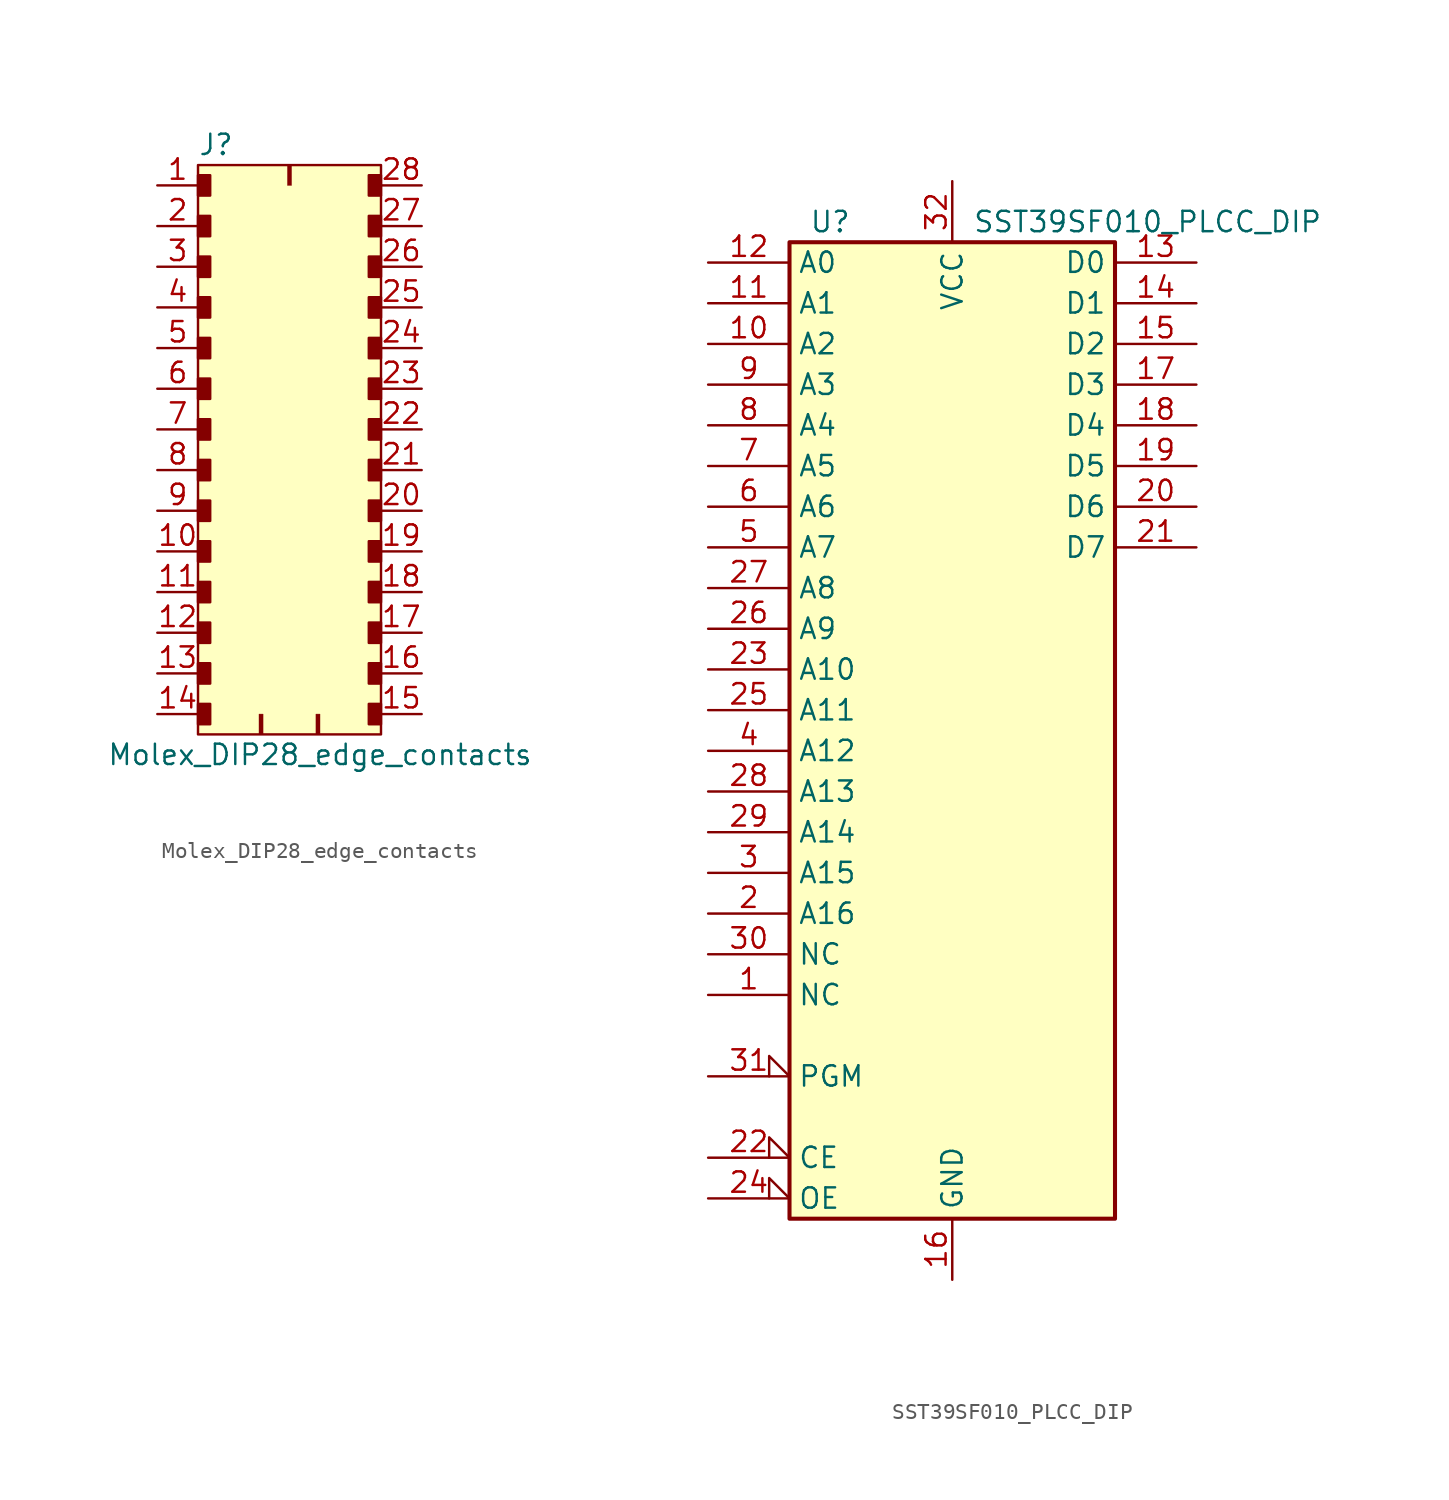
<source format=kicad_sym>
(kicad_symbol_lib
  (version 20211014)
  (generator kicad_symbol_editor)
  (symbol "Molex_DIP28_edge_contacts"
    (pin_names
      (offset 1.016))
    (property "Reference" "J"
      (at -7.62 19.05 0)
      (effects (font (size 1.27 1.27)) (justify left)))
    (property "Value" "Molex_DIP28_edge_contacts"
      (at 0 -19.05 0)
      (effects (font (size 1.27 1.27))))
    (symbol "Molex_DIP28_edge_contacts_0_1"
      (rectangle (start -3.81 -17.78) (end -3.556 -16.51) (stroke (width 0.025) (type default) (color 0 0 0 0)) (fill (type outline)))
      (rectangle (start -2.032 17.78) (end -1.778 16.51) (stroke (width 0.025) (type default) (color 0 0 0 0)) (fill (type outline)))
      (rectangle (start 0 -17.78) (end -0.254 -16.51) (stroke (width 0.025) (type default) (color 0 0 0 0)) (fill (type outline))))
    (symbol "Molex_DIP28_edge_contacts_1_1"
      (rectangle (start -7.62 -15.875) (end -6.858 -17.145) (stroke (width 0) (type default) (color 0 0 0 0)) (fill (type outline)))
      (rectangle (start -7.62 -13.335) (end -6.858 -14.605) (stroke (width 0) (type default) (color 0 0 0 0)) (fill (type outline)))
      (rectangle (start -7.62 -10.795) (end -6.858 -12.065) (stroke (width 0) (type default) (color 0 0 0 0)) (fill (type outline)))
      (rectangle (start -7.62 -8.255) (end -6.858 -9.525) (stroke (width 0) (type default) (color 0 0 0 0)) (fill (type outline)))
      (rectangle (start -7.62 -5.715) (end -6.858 -6.985) (stroke (width 0) (type default) (color 0 0 0 0)) (fill (type outline)))
      (rectangle (start -7.62 -3.175) (end -6.858 -4.445) (stroke (width 0) (type default) (color 0 0 0 0)) (fill (type outline)))
      (rectangle (start -7.62 -0.635) (end -6.858 -1.905) (stroke (width 0) (type default) (color 0 0 0 0)) (fill (type outline)))
      (rectangle (start -7.62 1.905) (end -6.858 0.635) (stroke (width 0) (type default) (color 0 0 0 0)) (fill (type outline)))
      (rectangle (start -7.62 4.445) (end -6.858 3.175) (stroke (width 0) (type default) (color 0 0 0 0)) (fill (type outline)))
      (rectangle (start -7.62 6.985) (end -6.858 5.715) (stroke (width 0) (type default) (color 0 0 0 0)) (fill (type outline)))
      (rectangle (start -7.62 9.525) (end -6.858 8.255) (stroke (width 0) (type default) (color 0 0 0 0)) (fill (type outline)))
      (rectangle (start -7.62 12.065) (end -6.858 10.795) (stroke (width 0) (type default) (color 0 0 0 0)) (fill (type outline)))
      (rectangle (start -7.62 14.605) (end -6.858 13.335) (stroke (width 0) (type default) (color 0 0 0 0)) (fill (type outline)))
      (rectangle (start -7.62 17.145) (end -6.858 15.875) (stroke (width 0) (type default) (color 0 0 0 0)) (fill (type outline)))
      (rectangle (start -7.62 17.78) (end 3.81 -17.78) (stroke (width 0) (type default) (color 0 0 0 0)) (fill (type background)))
      (rectangle (start 3.048 -15.875) (end 3.81 -17.145) (stroke (width 0) (type default) (color 0 0 0 0)) (fill (type outline)))
      (rectangle (start 3.048 -13.335) (end 3.81 -14.605) (stroke (width 0) (type default) (color 0 0 0 0)) (fill (type outline)))
      (rectangle (start 3.048 -10.795) (end 3.81 -12.065) (stroke (width 0) (type default) (color 0 0 0 0)) (fill (type outline)))
      (rectangle (start 3.048 -8.255) (end 3.81 -9.525) (stroke (width 0) (type default) (color 0 0 0 0)) (fill (type outline)))
      (rectangle (start 3.048 -5.715) (end 3.81 -6.985) (stroke (width 0) (type default) (color 0 0 0 0)) (fill (type outline)))
      (rectangle (start 3.048 -3.175) (end 3.81 -4.445) (stroke (width 0) (type default) (color 0 0 0 0)) (fill (type outline)))
      (rectangle (start 3.048 -0.635) (end 3.81 -1.905) (stroke (width 0) (type default) (color 0 0 0 0)) (fill (type outline)))
      (rectangle (start 3.048 1.905) (end 3.81 0.635) (stroke (width 0) (type default) (color 0 0 0 0)) (fill (type outline)))
      (rectangle (start 3.048 4.445) (end 3.81 3.175) (stroke (width 0) (type default) (color 0 0 0 0)) (fill (type outline)))
      (rectangle (start 3.048 6.985) (end 3.81 5.715) (stroke (width 0) (type default) (color 0 0 0 0)) (fill (type outline)))
      (rectangle (start 3.048 9.525) (end 3.81 8.255) (stroke (width 0) (type default) (color 0 0 0 0)) (fill (type outline)))
      (rectangle (start 3.048 12.065) (end 3.81 10.795) (stroke (width 0) (type default) (color 0 0 0 0)) (fill (type outline)))
      (rectangle (start 3.048 14.605) (end 3.81 13.335) (stroke (width 0) (type default) (color 0 0 0 0)) (fill (type outline)))
      (rectangle (start 3.048 17.145) (end 3.81 15.875) (stroke (width 0) (type default) (color 0 0 0 0)) (fill (type outline)))
      (pin passive line (at -10.16 16.51 0) (length 2.54) (name "~" (effects (font (size 1.27 1.27)))) (number "1" (effects (font (size 1.27 1.27)))))
      (pin passive line (at -10.16 -6.35 0) (length 2.54) (name "~" (effects (font (size 1.27 1.27)))) (number "10" (effects (font (size 1.27 1.27)))))
      (pin passive line (at -10.16 -8.89 0) (length 2.54) (name "~" (effects (font (size 1.27 1.27)))) (number "11" (effects (font (size 1.27 1.27)))))
      (pin passive line (at -10.16 -11.43 0) (length 2.54) (name "~" (effects (font (size 1.27 1.27)))) (number "12" (effects (font (size 1.27 1.27)))))
      (pin passive line (at -10.16 -13.97 0) (length 2.54) (name "~" (effects (font (size 1.27 1.27)))) (number "13" (effects (font (size 1.27 1.27)))))
      (pin passive line (at -10.16 -16.51 0) (length 2.54) (name "~" (effects (font (size 1.27 1.27)))) (number "14" (effects (font (size 1.27 1.27)))))
      (pin passive line (at 6.35 -16.51 180) (length 2.54) (name "~" (effects (font (size 1.27 1.27)))) (number "15" (effects (font (size 1.27 1.27)))))
      (pin passive line (at 6.35 -13.97 180) (length 2.54) (name "~" (effects (font (size 1.27 1.27)))) (number "16" (effects (font (size 1.27 1.27)))))
      (pin passive line (at 6.35 -11.43 180) (length 2.54) (name "~" (effects (font (size 1.27 1.27)))) (number "17" (effects (font (size 1.27 1.27)))))
      (pin passive line (at 6.35 -8.89 180) (length 2.54) (name "~" (effects (font (size 1.27 1.27)))) (number "18" (effects (font (size 1.27 1.27)))))
      (pin passive line (at 6.35 -6.35 180) (length 2.54) (name "~" (effects (font (size 1.27 1.27)))) (number "19" (effects (font (size 1.27 1.27)))))
      (pin passive line (at -10.16 13.97 0) (length 2.54) (name "~" (effects (font (size 1.27 1.27)))) (number "2" (effects (font (size 1.27 1.27)))))
      (pin passive line (at 6.35 -3.81 180) (length 2.54) (name "~" (effects (font (size 1.27 1.27)))) (number "20" (effects (font (size 1.27 1.27)))))
      (pin passive line (at 6.35 -1.27 180) (length 2.54) (name "~" (effects (font (size 1.27 1.27)))) (number "21" (effects (font (size 1.27 1.27)))))
      (pin passive line (at 6.35 1.27 180) (length 2.54) (name "~" (effects (font (size 1.27 1.27)))) (number "22" (effects (font (size 1.27 1.27)))))
      (pin passive line (at 6.35 3.81 180) (length 2.54) (name "~" (effects (font (size 1.27 1.27)))) (number "23" (effects (font (size 1.27 1.27)))))
      (pin passive line (at 6.35 6.35 180) (length 2.54) (name "~" (effects (font (size 1.27 1.27)))) (number "24" (effects (font (size 1.27 1.27)))))
      (pin passive line (at 6.35 8.89 180) (length 2.54) (name "~" (effects (font (size 1.27 1.27)))) (number "25" (effects (font (size 1.27 1.27)))))
      (pin passive line (at 6.35 11.43 180) (length 2.54) (name "~" (effects (font (size 1.27 1.27)))) (number "26" (effects (font (size 1.27 1.27)))))
      (pin passive line (at 6.35 13.97 180) (length 2.54) (name "~" (effects (font (size 1.27 1.27)))) (number "27" (effects (font (size 1.27 1.27)))))
      (pin passive line (at 6.35 16.51 180) (length 2.54) (name "~" (effects (font (size 1.27 1.27)))) (number "28" (effects (font (size 1.27 1.27)))))
      (pin passive line (at -10.16 11.43 0) (length 2.54) (name "~" (effects (font (size 1.27 1.27)))) (number "3" (effects (font (size 1.27 1.27)))))
      (pin passive line (at -10.16 8.89 0) (length 2.54) (name "~" (effects (font (size 1.27 1.27)))) (number "4" (effects (font (size 1.27 1.27)))))
      (pin passive line (at -10.16 6.35 0) (length 2.54) (name "~" (effects (font (size 1.27 1.27)))) (number "5" (effects (font (size 1.27 1.27)))))
      (pin passive line (at -10.16 3.81 0) (length 2.54) (name "~" (effects (font (size 1.27 1.27)))) (number "6" (effects (font (size 1.27 1.27)))))
      (pin passive line (at -10.16 1.27 0) (length 2.54) (name "~" (effects (font (size 1.27 1.27)))) (number "7" (effects (font (size 1.27 1.27)))))
      (pin passive line (at -10.16 -1.27 0) (length 2.54) (name "~" (effects (font (size 1.27 1.27)))) (number "8" (effects (font (size 1.27 1.27)))))
      (pin passive line (at -10.16 -3.81 0) (length 2.54) (name "~" (effects (font (size 1.27 1.27)))) (number "9" (effects (font (size 1.27 1.27)))))))
  (symbol "SST39SF010_PLCC_DIP"
    (property "Reference" "U"
      (at -7.62 33.02 0)
      (effects (font (size 1.27 1.27))))
    (property "Value" "SST39SF010_PLCC_DIP"
      (at 1.27 33.02 0)
      (effects (font (size 1.27 1.27)) (justify left)))
    (symbol "SST39SF010_PLCC_DIP_0_0"
      (pin power_in line (at 0 -33.02 90) (length 3.81) (name "GND" (effects (font (size 1.27 1.27)))) (number "16" (effects (font (size 1.27 1.27)))))
      (pin power_in line (at 0 35.56 270) (length 3.81) (name "VCC" (effects (font (size 1.27 1.27)))) (number "32" (effects (font (size 1.27 1.27))))))
    (symbol "SST39SF010_PLCC_DIP_0_1"
      (rectangle (start -10.16 31.75) (end 10.16 -29.21) (stroke (width 0.254) (type default) (color 0 0 0 0)) (fill (type background))))
    (symbol "SST39SF010_PLCC_DIP_1_1"
      (pin input line (at -15.24 -15.24 0) (length 5.08) (name "NC" (effects (font (size 1.27 1.27)))) (number "1" (effects (font (size 1.27 1.27)))))
      (pin input line (at -15.24 25.4 0) (length 5.08) (name "A2" (effects (font (size 1.27 1.27)))) (number "10" (effects (font (size 1.27 1.27)))))
      (pin input line (at -15.24 27.94 0) (length 5.08) (name "A1" (effects (font (size 1.27 1.27)))) (number "11" (effects (font (size 1.27 1.27)))))
      (pin input line (at -15.24 30.48 0) (length 5.08) (name "A0" (effects (font (size 1.27 1.27)))) (number "12" (effects (font (size 1.27 1.27)))))
      (pin tri_state line (at 15.24 30.48 180) (length 5.08) (name "D0" (effects (font (size 1.27 1.27)))) (number "13" (effects (font (size 1.27 1.27)))))
      (pin tri_state line (at 15.24 27.94 180) (length 5.08) (name "D1" (effects (font (size 1.27 1.27)))) (number "14" (effects (font (size 1.27 1.27)))))
      (pin tri_state line (at 15.24 25.4 180) (length 5.08) (name "D2" (effects (font (size 1.27 1.27)))) (number "15" (effects (font (size 1.27 1.27)))))
      (pin tri_state line (at 15.24 22.86 180) (length 5.08) (name "D3" (effects (font (size 1.27 1.27)))) (number "17" (effects (font (size 1.27 1.27)))))
      (pin tri_state line (at 15.24 20.32 180) (length 5.08) (name "D4" (effects (font (size 1.27 1.27)))) (number "18" (effects (font (size 1.27 1.27)))))
      (pin tri_state line (at 15.24 17.78 180) (length 5.08) (name "D5" (effects (font (size 1.27 1.27)))) (number "19" (effects (font (size 1.27 1.27)))))
      (pin input line (at -15.24 -10.16 0) (length 5.08) (name "A16" (effects (font (size 1.27 1.27)))) (number "2" (effects (font (size 1.27 1.27)))))
      (pin tri_state line (at 15.24 15.24 180) (length 5.08) (name "D6" (effects (font (size 1.27 1.27)))) (number "20" (effects (font (size 1.27 1.27)))))
      (pin tri_state line (at 15.24 12.7 180) (length 5.08) (name "D7" (effects (font (size 1.27 1.27)))) (number "21" (effects (font (size 1.27 1.27)))))
      (pin input input_low (at -15.24 -25.4 0) (length 5.08) (name "CE" (effects (font (size 1.27 1.27)))) (number "22" (effects (font (size 1.27 1.27)))))
      (pin input line (at -15.24 5.08 0) (length 5.08) (name "A10" (effects (font (size 1.27 1.27)))) (number "23" (effects (font (size 1.27 1.27)))))
      (pin input input_low (at -15.24 -27.94 0) (length 5.08) (name "OE" (effects (font (size 1.27 1.27)))) (number "24" (effects (font (size 1.27 1.27)))))
      (pin input line (at -15.24 2.54 0) (length 5.08) (name "A11" (effects (font (size 1.27 1.27)))) (number "25" (effects (font (size 1.27 1.27)))))
      (pin input line (at -15.24 7.62 0) (length 5.08) (name "A9" (effects (font (size 1.27 1.27)))) (number "26" (effects (font (size 1.27 1.27)))))
      (pin input line (at -15.24 10.16 0) (length 5.08) (name "A8" (effects (font (size 1.27 1.27)))) (number "27" (effects (font (size 1.27 1.27)))))
      (pin input line (at -15.24 -2.54 0) (length 5.08) (name "A13" (effects (font (size 1.27 1.27)))) (number "28" (effects (font (size 1.27 1.27)))))
      (pin input line (at -15.24 -5.08 0) (length 5.08) (name "A14" (effects (font (size 1.27 1.27)))) (number "29" (effects (font (size 1.27 1.27)))))
      (pin input line (at -15.24 -7.62 0) (length 5.08) (name "A15" (effects (font (size 1.27 1.27)))) (number "3" (effects (font (size 1.27 1.27)))))
      (pin input line (at -15.24 -12.7 0) (length 5.08) (name "NC" (effects (font (size 1.27 1.27)))) (number "30" (effects (font (size 1.27 1.27)))))
      (pin input input_low (at -15.24 -20.32 0) (length 5.08) (name "PGM" (effects (font (size 1.27 1.27)))) (number "31" (effects (font (size 1.27 1.27)))))
      (pin input line (at -15.24 0 0) (length 5.08) (name "A12" (effects (font (size 1.27 1.27)))) (number "4" (effects (font (size 1.27 1.27)))))
      (pin input line (at -15.24 12.7 0) (length 5.08) (name "A7" (effects (font (size 1.27 1.27)))) (number "5" (effects (font (size 1.27 1.27)))))
      (pin input line (at -15.24 15.24 0) (length 5.08) (name "A6" (effects (font (size 1.27 1.27)))) (number "6" (effects (font (size 1.27 1.27)))))
      (pin input line (at -15.24 17.78 0) (length 5.08) (name "A5" (effects (font (size 1.27 1.27)))) (number "7" (effects (font (size 1.27 1.27)))))
      (pin input line (at -15.24 20.32 0) (length 5.08) (name "A4" (effects (font (size 1.27 1.27)))) (number "8" (effects (font (size 1.27 1.27)))))
      (pin input line (at -15.24 22.86 0) (length 5.08) (name "A3" (effects (font (size 1.27 1.27)))) (number "9" (effects (font (size 1.27 1.27))))))))
</source>
